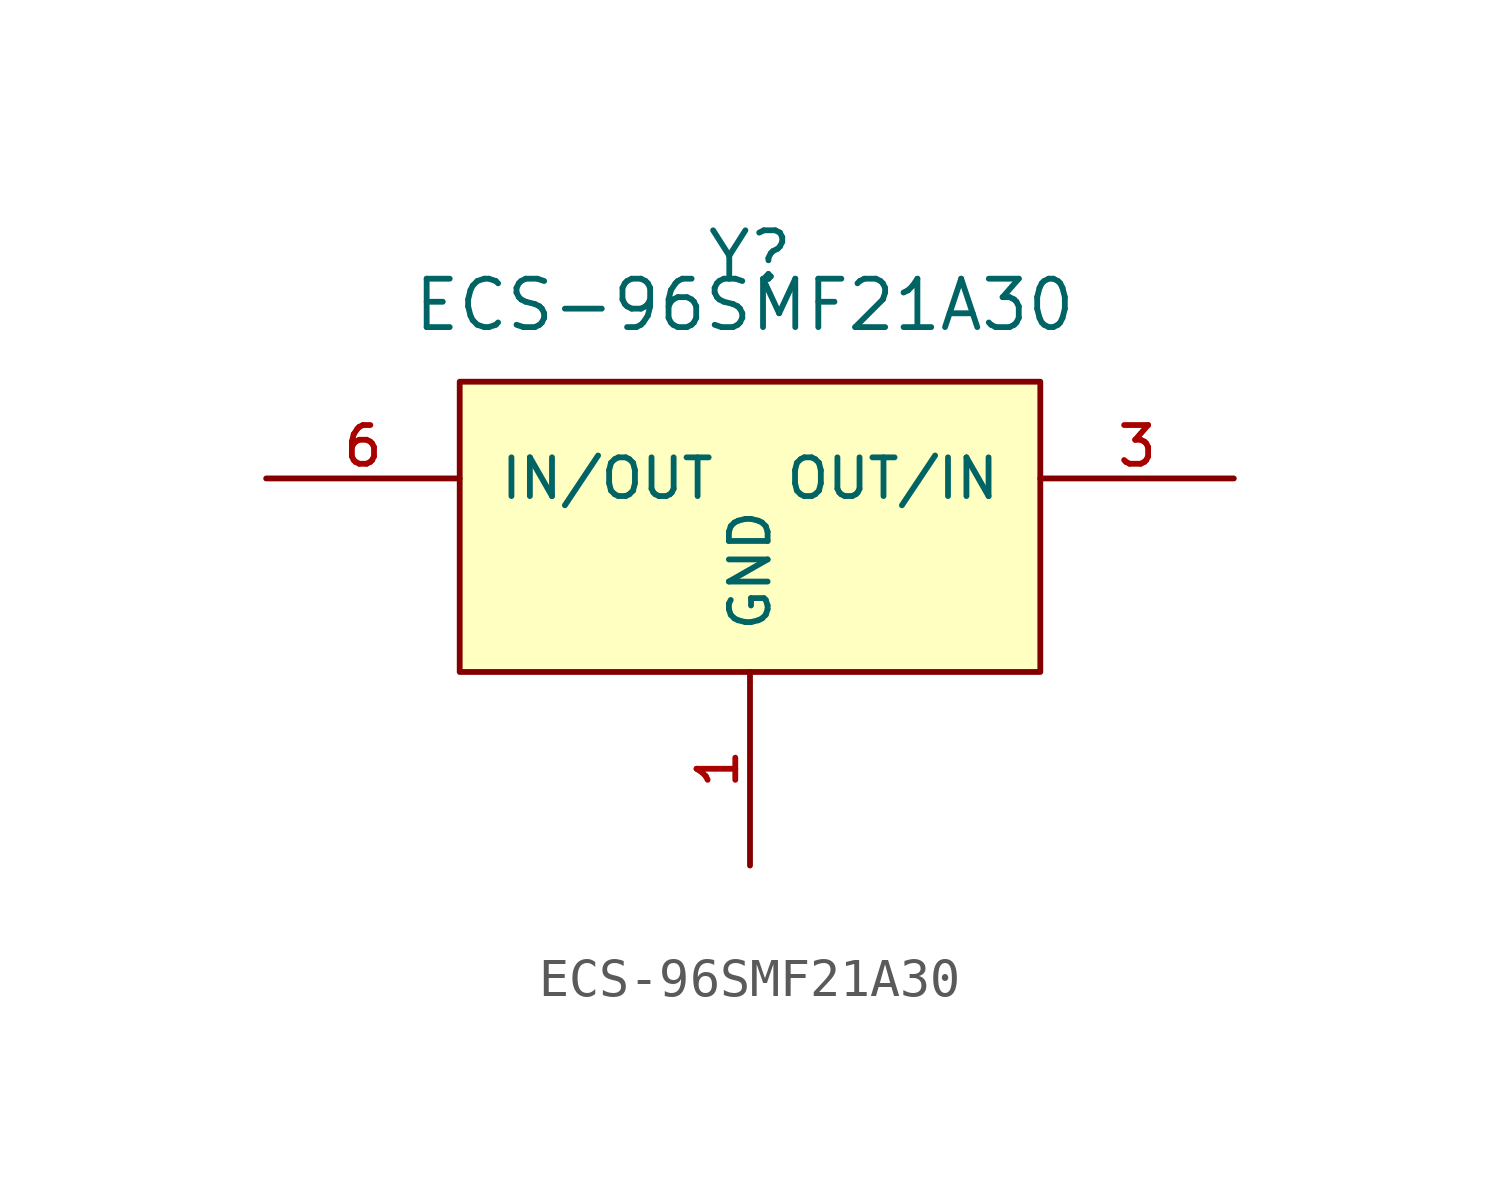
<source format=kicad_sym>
(kicad_symbol_lib
  (version 20220914)
  (generator kicad_symbol_editor)
  (symbol "ECS-96SMF21A30"
    (pin_names
      (offset 1.016))
    (property "Reference" "Y"
      (at 0 7.62 0)
      (effects (font (size 1.27 1.27)) (justify bottom)))
    (property "Value" "ECS-96SMF21A30"
      (at -8.89 6.35 0)
      (effects (font (size 1.27 1.27)) (justify left bottom)))
    (symbol "ECS-96SMF21A30_0_0"
      (rectangle (start -7.62 5.08) (end 7.62 -2.54) (stroke (width 0.152) (type default)) (fill (type background)))
      (pin power_in line (at 0 -7.62 90) (length 5.08) (name "GND" (effects (font (size 1.016 1.016)))) (number "1" (effects (font (size 1.016 1.016)))))
      (pin bidirectional line (at 12.7 2.54 180) (length 5.08) (name "OUT/IN" (effects (font (size 1.016 1.016)))) (number "3" (effects (font (size 1.016 1.016))))))
    (symbol "ECS-96SMF21A30_1_0"
      (pin power_in line (at 0 -7.62 90) (length 5.08) hide (name "GND" (effects (font (size 1.016 1.016)))) (number "2" (effects (font (size 1.016 1.016)))))
      (pin power_in line (at 0 -7.62 90) (length 5.08) hide (name "GND" (effects (font (size 1.016 1.016)))) (number "4" (effects (font (size 1.016 1.016)))))
      (pin power_in line (at 0 -7.62 90) (length 5.08) hide (name "GND" (effects (font (size 1.016 1.016)))) (number "5" (effects (font (size 1.016 1.016)))))
      (pin bidirectional line (at -12.7 2.54 0) (length 5.08) (name "IN/OUT" (effects (font (size 1.016 1.016)))) (number "6" (effects (font (size 1.016 1.016))))))))
</source>
